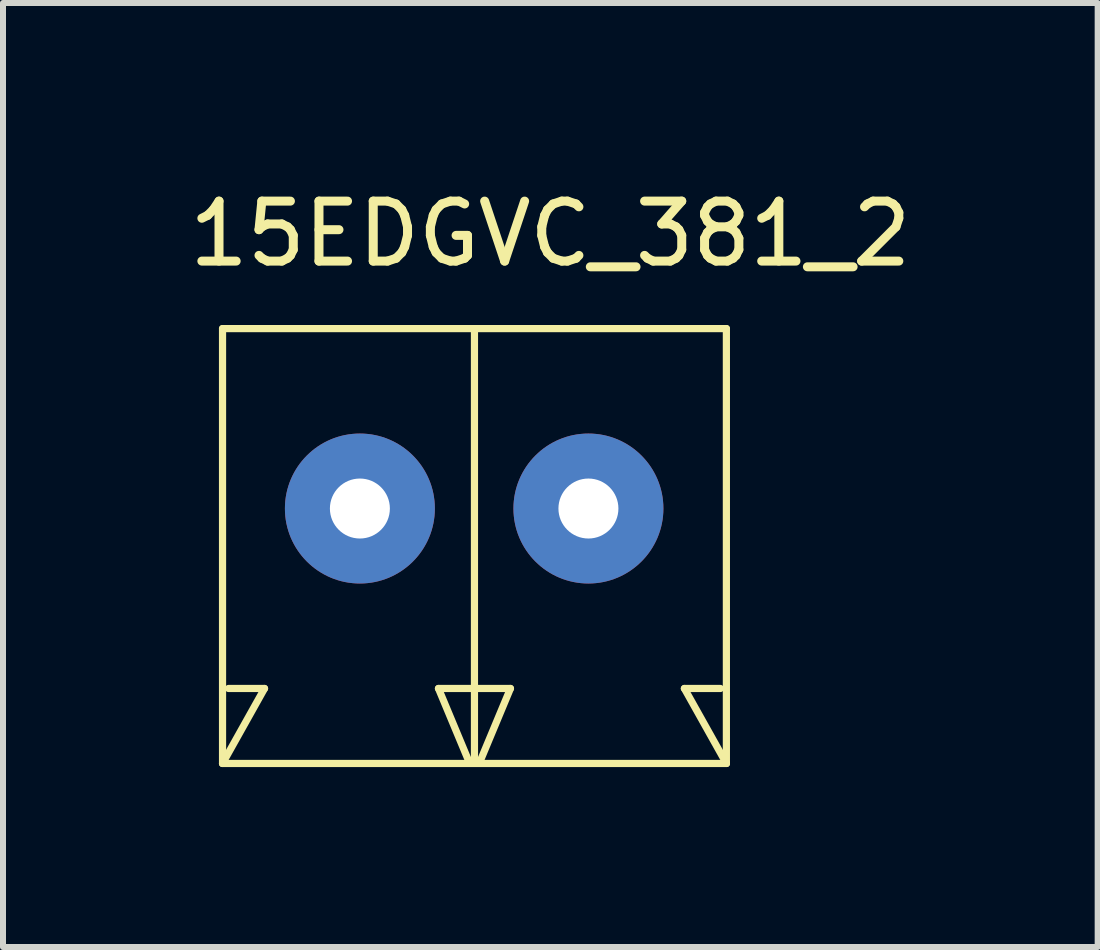
<source format=kicad_pcb>
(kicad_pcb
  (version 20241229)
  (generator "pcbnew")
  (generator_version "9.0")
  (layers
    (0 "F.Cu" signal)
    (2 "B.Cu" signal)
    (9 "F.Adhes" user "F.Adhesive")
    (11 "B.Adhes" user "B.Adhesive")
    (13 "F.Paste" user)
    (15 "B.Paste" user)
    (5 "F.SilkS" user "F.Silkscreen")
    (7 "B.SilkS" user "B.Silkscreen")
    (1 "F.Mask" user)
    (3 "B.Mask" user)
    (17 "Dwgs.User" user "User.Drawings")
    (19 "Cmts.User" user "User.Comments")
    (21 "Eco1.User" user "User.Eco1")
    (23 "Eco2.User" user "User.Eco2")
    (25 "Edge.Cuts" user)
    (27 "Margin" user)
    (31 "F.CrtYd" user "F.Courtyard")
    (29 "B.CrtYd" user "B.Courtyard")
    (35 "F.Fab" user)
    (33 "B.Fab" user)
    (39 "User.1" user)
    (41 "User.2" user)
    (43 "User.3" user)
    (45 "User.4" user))
  (footprint "15EDGVC_381_2"
    (layer "F.Cu")
    (at 6.125 0.348)
    (property "Reference" "15EDGVC_381_2" (at 0 0.5 0) (layer "F.SilkS") (effects (font (size 1 1) (thickness 0.15))))
    (attr through_hole)
    (fp_line (start -5.465 9.33) (end -5.465 2.08) (stroke (width 0.12) (type solid)) (layer "F.SilkS"))
    (fp_line (start -5.465 9.33) (end -4.765 8.08) (stroke (width 0.12) (type solid)) (layer "F.SilkS"))
    (fp_line (start -4.765 8.08) (end -5.365 8.08) (stroke (width 0.12) (type solid)) (layer "F.SilkS"))
    (fp_line (start -1.865 8.08) (end -0.665 8.08) (stroke (width 0.12) (type solid)) (layer "F.SilkS"))
    (fp_line (start -1.365 9.28) (end -1.865 8.08) (stroke (width 0.12) (type solid)) (layer "F.SilkS"))
    (fp_line (start -1.365 9.28) (end -1.265 9.28) (stroke (width 0.12) (type solid)) (layer "F.SilkS"))
    (fp_line (start -1.265 9.28) (end -1.265 2.08) (stroke (width 0.12) (type solid)) (layer "F.SilkS"))
    (fp_line (start -0.665 8.08) (end -1.165 9.28) (stroke (width 0.12) (type solid)) (layer "F.SilkS"))
    (fp_line (start 2.235 8.08) (end 2.835 8.08) (stroke (width 0.12) (type solid)) (layer "F.SilkS"))
    (fp_line (start 2.935 2.08) (end -5.465 2.08) (stroke (width 0.12) (type solid)) (layer "F.SilkS"))
    (fp_line (start 2.935 9.33) (end -5.465 9.33) (stroke (width 0.12) (type solid)) (layer "F.SilkS"))
    (fp_line (start 2.935 9.33) (end 2.235 8.08) (stroke (width 0.12) (type solid)) (layer "F.SilkS"))
    (fp_line (start 2.935 9.33) (end 2.935 2.08) (stroke (width 0.12) (type solid)) (layer "F.SilkS"))
    (pad "1" thru_hole circle (at -3.175 5.08) (size 2.5 2.5) (drill 1) (layers "*.Cu" "*.Mask"))
    (pad "2" thru_hole circle (at 0.635 5.08) (size 2.5 2.5) (drill 1) (layers "*.Cu" "*.Mask")))
  (gr_rect
    (start -3 -3)
    (end 15.25 12.738)
    (stroke (width 0.1) (type default))
    (fill no)
    (layer "Edge.Cuts")))
</source>
